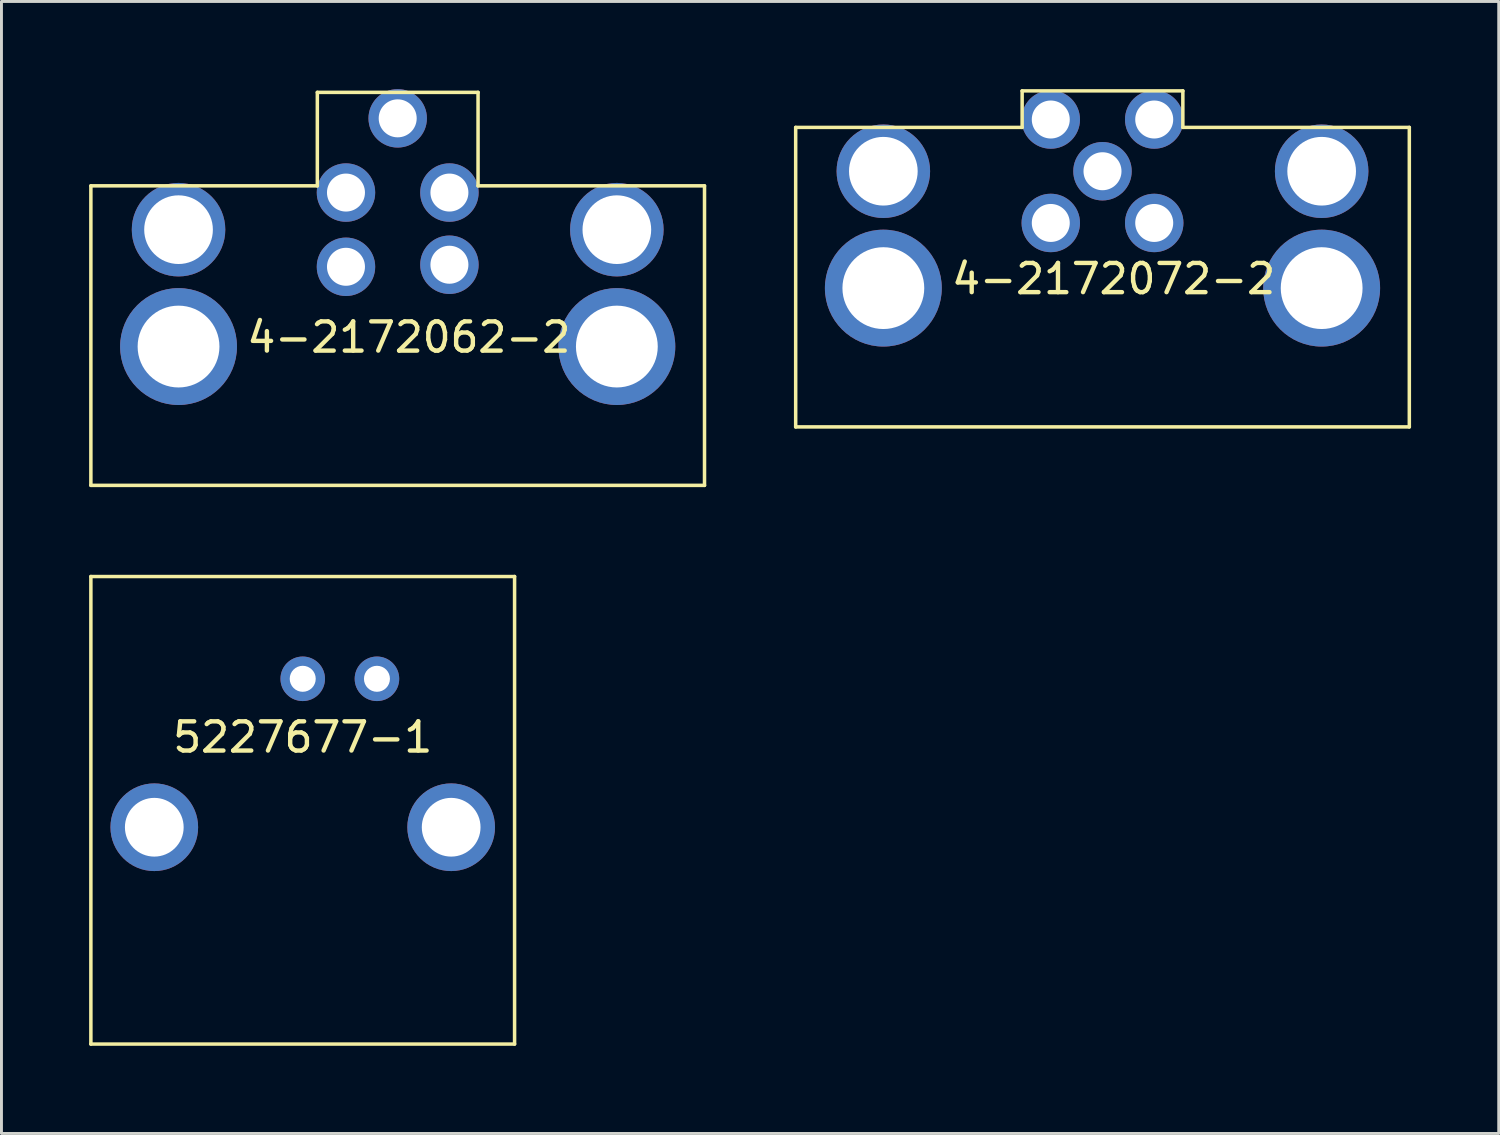
<source format=kicad_pcb>
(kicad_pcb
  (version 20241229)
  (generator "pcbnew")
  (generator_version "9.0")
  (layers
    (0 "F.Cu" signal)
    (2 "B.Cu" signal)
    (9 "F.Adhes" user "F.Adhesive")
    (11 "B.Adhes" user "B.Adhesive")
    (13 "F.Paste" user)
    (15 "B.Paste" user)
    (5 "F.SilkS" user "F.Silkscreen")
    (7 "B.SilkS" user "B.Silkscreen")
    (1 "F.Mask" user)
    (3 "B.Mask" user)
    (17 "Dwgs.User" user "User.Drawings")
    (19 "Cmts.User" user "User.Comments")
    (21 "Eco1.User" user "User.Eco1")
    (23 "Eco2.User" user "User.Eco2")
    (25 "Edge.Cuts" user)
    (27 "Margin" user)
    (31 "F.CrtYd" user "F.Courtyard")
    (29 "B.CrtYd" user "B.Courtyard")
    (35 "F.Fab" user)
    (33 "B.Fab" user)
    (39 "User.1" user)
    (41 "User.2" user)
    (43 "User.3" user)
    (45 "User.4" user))
  (footprint "4-2172062-2"
    (layer "F.Cu")
    (at 10.56 4.81)
    (property "Reference" "4-2172062-2" (at 0.381 3.683 0) (layer "F.SilkS") (effects (font (size 1 1) (thickness 0.15))))
    (attr through_hole)
    (fp_line (start -10.5 -1.5) (end -2.75 -1.5) (stroke (width 0.12) (type solid)) (layer "F.SilkS"))
    (fp_line (start -10.5 8.75) (end -10.5 -1.5) (stroke (width 0.12) (type solid)) (layer "F.SilkS"))
    (fp_line (start -10.5 8.75) (end 10.5 8.75) (stroke (width 0.12) (type solid)) (layer "F.SilkS"))
    (fp_line (start -2.75 -4.699) (end 2.75 -4.699) (stroke (width 0.12) (type solid)) (layer "F.SilkS"))
    (fp_line (start -2.75 -1.5) (end -2.75 -4.699) (stroke (width 0.12) (type solid)) (layer "F.SilkS"))
    (fp_line (start 2.75 -4.699) (end 2.75 -1.5) (stroke (width 0.12) (type solid)) (layer "F.SilkS"))
    (fp_line (start 2.75 -1.5) (end 10.5 -1.5) (stroke (width 0.12) (type solid)) (layer "F.SilkS"))
    (fp_line (start 10.5 8.75) (end 10.5 -1.5) (stroke (width 0.12) (type solid)) (layer "F.SilkS"))
    (pad "" thru_hole circle (at -7.5 0) (size 3.2 3.2) (drill 2.35) (layers "*.Cu" "*.Mask"))
    (pad "" thru_hole circle (at -7.5 4) (size 4 4) (drill 2.8) (layers "*.Cu" "*.Mask"))
    (pad "" thru_hole circle (at 7.5 0) (size 3.2 3.2) (drill 2.35) (layers "*.Cu" "*.Mask"))
    (pad "" thru_hole circle (at 7.5 4) (size 4 4) (drill 2.8) (layers "*.Cu" "*.Mask"))
    (pad "1" thru_hole circle (at 1.77 1.2) (size 2 2) (drill 1.3) (layers "*.Cu" "*.Mask"))
    (pad "2" thru_hole circle (at -1.77 1.27) (size 2 2) (drill 1.3) (layers "*.Cu" "*.Mask"))
    (pad "3" thru_hole circle (at -1.77 -1.27) (size 2 2) (drill 1.3) (layers "*.Cu" "*.Mask"))
    (pad "4" thru_hole circle (at 1.77 -1.27) (size 2 2) (drill 1.3) (layers "*.Cu" "*.Mask"))
    (pad "5" thru_hole circle (at 0 -3.81) (size 2 2) (drill 1.3) (layers "*.Cu" "*.Mask")))
  (footprint "5227677-1"
    (layer "F.Cu")
    (at 7.31 20.18)
    (property "Reference" "5227677-1" (at 0 2 0) (layer "F.SilkS") (effects (font (size 1 1) (thickness 0.15))))
    (attr through_hole)
    (fp_line (start -7.25 -3.5) (end 7.25 -3.5) (stroke (width 0.12) (type solid)) (layer "F.SilkS"))
    (fp_line (start -7.25 12.5) (end -7.25 -3.5) (stroke (width 0.12) (type solid)) (layer "F.SilkS"))
    (fp_line (start 7.25 -3.5) (end 7.25 12.5) (stroke (width 0.12) (type solid)) (layer "F.SilkS"))
    (fp_line (start 7.25 12.5) (end -7.25 12.5) (stroke (width 0.12) (type solid)) (layer "F.SilkS"))
    (pad "" thru_hole circle (at -5.08 5.08) (size 3 3) (drill 2.01) (layers "*.Cu" "*.Mask"))
    (pad "" thru_hole circle (at 5.08 5.08) (size 3 3) (drill 2.01) (layers "*.Cu" "*.Mask"))
    (pad "1" thru_hole circle (at 0 0) (size 1.524 1.524) (drill 0.89) (layers "*.Cu" "*.Mask"))
    (pad "2" thru_hole circle (at 2.54 0) (size 1.524 1.524) (drill 0.89) (layers "*.Cu" "*.Mask")))
  (footprint "4-2172072-2"
    (layer "F.Cu")
    (at 34.68 2.81)
    (property "Reference" "4-2172072-2" (at 0.381 3.683 0) (layer "F.SilkS") (effects (font (size 1 1) (thickness 0.15))))
    (attr through_hole)
    (fp_line (start -10.5 -1.5) (end -2.75 -1.5) (stroke (width 0.12) (type solid)) (layer "F.SilkS"))
    (fp_line (start -10.5 8.75) (end -10.5 -1.5) (stroke (width 0.12) (type solid)) (layer "F.SilkS"))
    (fp_line (start -10.5 8.75) (end 10.5 8.75) (stroke (width 0.12) (type solid)) (layer "F.SilkS"))
    (fp_line (start -2.75 -2.75) (end 2.75 -2.75) (stroke (width 0.12) (type solid)) (layer "F.SilkS"))
    (fp_line (start -2.75 -1.5) (end -2.75 -2.75) (stroke (width 0.12) (type solid)) (layer "F.SilkS"))
    (fp_line (start 2.75 -2.75) (end 2.75 -1.5) (stroke (width 0.12) (type solid)) (layer "F.SilkS"))
    (fp_line (start 2.75 -1.5) (end 10.5 -1.5) (stroke (width 0.12) (type solid)) (layer "F.SilkS"))
    (fp_line (start 10.5 8.75) (end 10.5 -1.5) (stroke (width 0.12) (type solid)) (layer "F.SilkS"))
    (pad "" thru_hole circle (at -7.5 0) (size 3.2 3.2) (drill 2.35) (layers "*.Cu" "*.Mask"))
    (pad "" thru_hole circle (at -7.5 4) (size 4 4) (drill 2.8) (layers "*.Cu" "*.Mask"))
    (pad "" thru_hole circle (at 7.5 0) (size 3.2 3.2) (drill 2.35) (layers "*.Cu" "*.Mask"))
    (pad "" thru_hole circle (at 7.5 4) (size 4 4) (drill 2.8) (layers "*.Cu" "*.Mask"))
    (pad "1" thru_hole circle (at 1.77 1.77) (size 2 2) (drill 1.3) (layers "*.Cu" "*.Mask"))
    (pad "2" thru_hole circle (at -1.77 1.77) (size 2 2) (drill 1.3) (layers "*.Cu" "*.Mask"))
    (pad "3" thru_hole circle (at -1.77 -1.77) (size 2 2) (drill 1.3) (layers "*.Cu" "*.Mask"))
    (pad "4" thru_hole circle (at 1.77 -1.77) (size 2 2) (drill 1.3) (layers "*.Cu" "*.Mask"))
    (pad "5" thru_hole circle (at 0 0) (size 2 2) (drill 1.3) (layers "*.Cu" "*.Mask")))
  (gr_rect
    (start -3 -3)
    (end 48.24 35.74)
    (stroke (width 0.1) (type default))
    (fill no)
    (layer "Edge.Cuts")))
</source>
